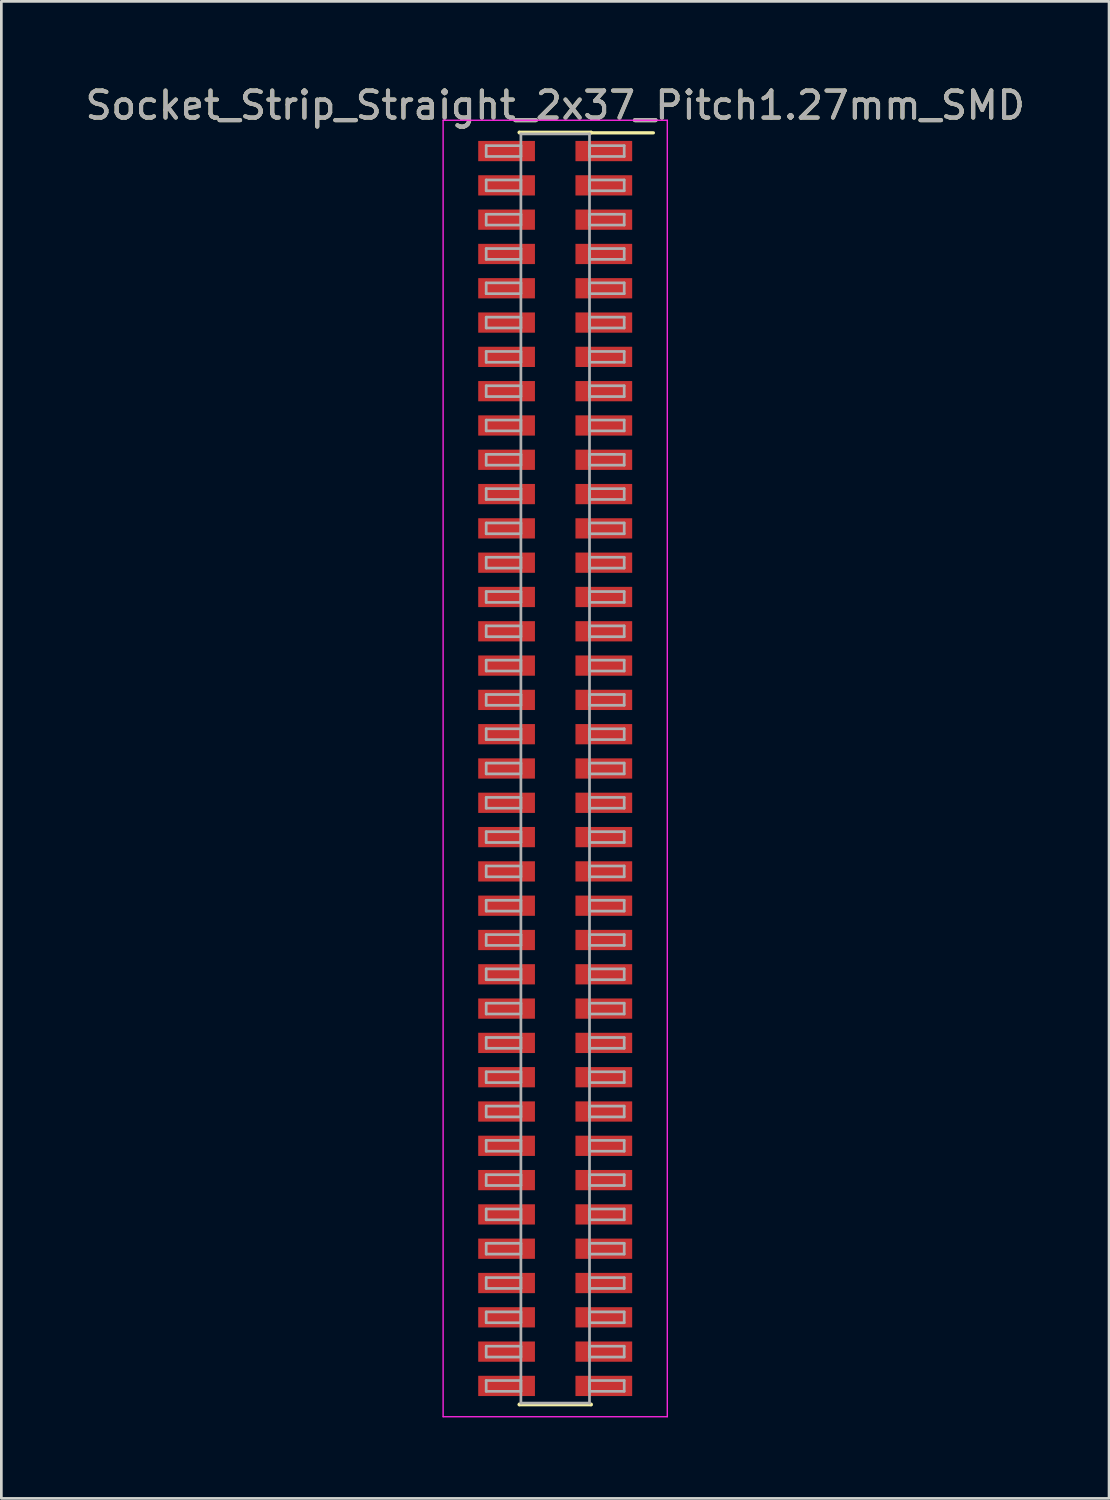
<source format=kicad_pcb>
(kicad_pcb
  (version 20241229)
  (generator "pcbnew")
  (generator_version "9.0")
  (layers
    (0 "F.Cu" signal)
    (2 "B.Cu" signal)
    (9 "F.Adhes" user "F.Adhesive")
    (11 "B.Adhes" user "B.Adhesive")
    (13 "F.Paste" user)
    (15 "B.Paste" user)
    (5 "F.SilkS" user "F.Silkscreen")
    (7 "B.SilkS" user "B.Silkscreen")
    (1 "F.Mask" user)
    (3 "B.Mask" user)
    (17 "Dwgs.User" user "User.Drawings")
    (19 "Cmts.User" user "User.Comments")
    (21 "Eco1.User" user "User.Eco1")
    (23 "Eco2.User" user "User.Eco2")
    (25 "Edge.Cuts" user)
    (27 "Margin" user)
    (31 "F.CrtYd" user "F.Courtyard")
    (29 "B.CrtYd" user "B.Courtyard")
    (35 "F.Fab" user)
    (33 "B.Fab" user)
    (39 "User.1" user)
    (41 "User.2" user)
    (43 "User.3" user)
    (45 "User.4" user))
  (footprint "Socket_Strip_Straight_2x37_Pitch1.27mm_SMD"
    (layer "F.Cu")
    (at 17.506 25.403)
    (property "Reference" "Socket_Strip_Straight_2x37_Pitch1.27mm_SMD" (at 0 -24.555 0) (layer "F.SilkS") (effects (font (size 1 1) (thickness 0.15))))
    (attr smd)
    (fp_line (start -1.33 -23.555) (end 1.33 -23.555) (stroke (width 0.12) (type solid)) (layer "F.SilkS"))
    (fp_line (start -1.33 -23.535) (end -1.33 -23.555) (stroke (width 0.12) (type solid)) (layer "F.SilkS"))
    (fp_line (start -1.33 23.535) (end -1.33 23.555) (stroke (width 0.12) (type solid)) (layer "F.SilkS"))
    (fp_line (start -1.33 23.555) (end 1.33 23.555) (stroke (width 0.12) (type solid)) (layer "F.SilkS"))
    (fp_line (start 1.33 -23.555) (end 1.33 -23.535) (stroke (width 0.12) (type solid)) (layer "F.SilkS"))
    (fp_line (start 1.33 23.555) (end 1.33 23.535) (stroke (width 0.12) (type solid)) (layer "F.SilkS"))
    (fp_line (start 3.635 -23.535) (end 1.33 -23.535) (stroke (width 0.12) (type solid)) (layer "F.SilkS"))
    (fp_line (start -4.15 -24) (end -4.15 24) (stroke (width 0.05) (type solid)) (layer "F.CrtYd"))
    (fp_line (start -4.15 24) (end 4.15 24) (stroke (width 0.05) (type solid)) (layer "F.CrtYd"))
    (fp_line (start 4.15 -24) (end -4.15 -24) (stroke (width 0.05) (type solid)) (layer "F.CrtYd"))
    (fp_line (start 4.15 24) (end 4.15 -24) (stroke (width 0.05) (type solid)) (layer "F.CrtYd"))
    (fp_line (start -2.555 -23.06) (end -1.27 -23.06) (stroke (width 0.1) (type solid)) (layer "F.Fab"))
    (fp_line (start -2.555 -22.66) (end -2.555 -23.06) (stroke (width 0.1) (type solid)) (layer "F.Fab"))
    (fp_line (start -2.555 -21.79) (end -1.27 -21.79) (stroke (width 0.1) (type solid)) (layer "F.Fab"))
    (fp_line (start -2.555 -21.39) (end -2.555 -21.79) (stroke (width 0.1) (type solid)) (layer "F.Fab"))
    (fp_line (start -2.555 -20.52) (end -1.27 -20.52) (stroke (width 0.1) (type solid)) (layer "F.Fab"))
    (fp_line (start -2.555 -20.12) (end -2.555 -20.52) (stroke (width 0.1) (type solid)) (layer "F.Fab"))
    (fp_line (start -2.555 -19.25) (end -1.27 -19.25) (stroke (width 0.1) (type solid)) (layer "F.Fab"))
    (fp_line (start -2.555 -18.85) (end -2.555 -19.25) (stroke (width 0.1) (type solid)) (layer "F.Fab"))
    (fp_line (start -2.555 -17.98) (end -1.27 -17.98) (stroke (width 0.1) (type solid)) (layer "F.Fab"))
    (fp_line (start -2.555 -17.58) (end -2.555 -17.98) (stroke (width 0.1) (type solid)) (layer "F.Fab"))
    (fp_line (start -2.555 -16.71) (end -1.27 -16.71) (stroke (width 0.1) (type solid)) (layer "F.Fab"))
    (fp_line (start -2.555 -16.31) (end -2.555 -16.71) (stroke (width 0.1) (type solid)) (layer "F.Fab"))
    (fp_line (start -2.555 -15.44) (end -1.27 -15.44) (stroke (width 0.1) (type solid)) (layer "F.Fab"))
    (fp_line (start -2.555 -15.04) (end -2.555 -15.44) (stroke (width 0.1) (type solid)) (layer "F.Fab"))
    (fp_line (start -2.555 -14.17) (end -1.27 -14.17) (stroke (width 0.1) (type solid)) (layer "F.Fab"))
    (fp_line (start -2.555 -13.77) (end -2.555 -14.17) (stroke (width 0.1) (type solid)) (layer "F.Fab"))
    (fp_line (start -2.555 -12.9) (end -1.27 -12.9) (stroke (width 0.1) (type solid)) (layer "F.Fab"))
    (fp_line (start -2.555 -12.5) (end -2.555 -12.9) (stroke (width 0.1) (type solid)) (layer "F.Fab"))
    (fp_line (start -2.555 -11.63) (end -1.27 -11.63) (stroke (width 0.1) (type solid)) (layer "F.Fab"))
    (fp_line (start -2.555 -11.23) (end -2.555 -11.63) (stroke (width 0.1) (type solid)) (layer "F.Fab"))
    (fp_line (start -2.555 -10.36) (end -1.27 -10.36) (stroke (width 0.1) (type solid)) (layer "F.Fab"))
    (fp_line (start -2.555 -9.96) (end -2.555 -10.36) (stroke (width 0.1) (type solid)) (layer "F.Fab"))
    (fp_line (start -2.555 -9.09) (end -1.27 -9.09) (stroke (width 0.1) (type solid)) (layer "F.Fab"))
    (fp_line (start -2.555 -8.69) (end -2.555 -9.09) (stroke (width 0.1) (type solid)) (layer "F.Fab"))
    (fp_line (start -2.555 -7.82) (end -1.27 -7.82) (stroke (width 0.1) (type solid)) (layer "F.Fab"))
    (fp_line (start -2.555 -7.42) (end -2.555 -7.82) (stroke (width 0.1) (type solid)) (layer "F.Fab"))
    (fp_line (start -2.555 -6.55) (end -1.27 -6.55) (stroke (width 0.1) (type solid)) (layer "F.Fab"))
    (fp_line (start -2.555 -6.15) (end -2.555 -6.55) (stroke (width 0.1) (type solid)) (layer "F.Fab"))
    (fp_line (start -2.555 -5.28) (end -1.27 -5.28) (stroke (width 0.1) (type solid)) (layer "F.Fab"))
    (fp_line (start -2.555 -4.88) (end -2.555 -5.28) (stroke (width 0.1) (type solid)) (layer "F.Fab"))
    (fp_line (start -2.555 -4.01) (end -1.27 -4.01) (stroke (width 0.1) (type solid)) (layer "F.Fab"))
    (fp_line (start -2.555 -3.61) (end -2.555 -4.01) (stroke (width 0.1) (type solid)) (layer "F.Fab"))
    (fp_line (start -2.555 -2.74) (end -1.27 -2.74) (stroke (width 0.1) (type solid)) (layer "F.Fab"))
    (fp_line (start -2.555 -2.34) (end -2.555 -2.74) (stroke (width 0.1) (type solid)) (layer "F.Fab"))
    (fp_line (start -2.555 -1.47) (end -1.27 -1.47) (stroke (width 0.1) (type solid)) (layer "F.Fab"))
    (fp_line (start -2.555 -1.07) (end -2.555 -1.47) (stroke (width 0.1) (type solid)) (layer "F.Fab"))
    (fp_line (start -2.555 -0.2) (end -1.27 -0.2) (stroke (width 0.1) (type solid)) (layer "F.Fab"))
    (fp_line (start -2.555 0.2) (end -2.555 -0.2) (stroke (width 0.1) (type solid)) (layer "F.Fab"))
    (fp_line (start -2.555 1.07) (end -1.27 1.07) (stroke (width 0.1) (type solid)) (layer "F.Fab"))
    (fp_line (start -2.555 1.47) (end -2.555 1.07) (stroke (width 0.1) (type solid)) (layer "F.Fab"))
    (fp_line (start -2.555 2.34) (end -1.27 2.34) (stroke (width 0.1) (type solid)) (layer "F.Fab"))
    (fp_line (start -2.555 2.74) (end -2.555 2.34) (stroke (width 0.1) (type solid)) (layer "F.Fab"))
    (fp_line (start -2.555 3.61) (end -1.27 3.61) (stroke (width 0.1) (type solid)) (layer "F.Fab"))
    (fp_line (start -2.555 4.01) (end -2.555 3.61) (stroke (width 0.1) (type solid)) (layer "F.Fab"))
    (fp_line (start -2.555 4.88) (end -1.27 4.88) (stroke (width 0.1) (type solid)) (layer "F.Fab"))
    (fp_line (start -2.555 5.28) (end -2.555 4.88) (stroke (width 0.1) (type solid)) (layer "F.Fab"))
    (fp_line (start -2.555 6.15) (end -1.27 6.15) (stroke (width 0.1) (type solid)) (layer "F.Fab"))
    (fp_line (start -2.555 6.55) (end -2.555 6.15) (stroke (width 0.1) (type solid)) (layer "F.Fab"))
    (fp_line (start -2.555 7.42) (end -1.27 7.42) (stroke (width 0.1) (type solid)) (layer "F.Fab"))
    (fp_line (start -2.555 7.82) (end -2.555 7.42) (stroke (width 0.1) (type solid)) (layer "F.Fab"))
    (fp_line (start -2.555 8.69) (end -1.27 8.69) (stroke (width 0.1) (type solid)) (layer "F.Fab"))
    (fp_line (start -2.555 9.09) (end -2.555 8.69) (stroke (width 0.1) (type solid)) (layer "F.Fab"))
    (fp_line (start -2.555 9.96) (end -1.27 9.96) (stroke (width 0.1) (type solid)) (layer "F.Fab"))
    (fp_line (start -2.555 10.36) (end -2.555 9.96) (stroke (width 0.1) (type solid)) (layer "F.Fab"))
    (fp_line (start -2.555 11.23) (end -1.27 11.23) (stroke (width 0.1) (type solid)) (layer "F.Fab"))
    (fp_line (start -2.555 11.63) (end -2.555 11.23) (stroke (width 0.1) (type solid)) (layer "F.Fab"))
    (fp_line (start -2.555 12.5) (end -1.27 12.5) (stroke (width 0.1) (type solid)) (layer "F.Fab"))
    (fp_line (start -2.555 12.9) (end -2.555 12.5) (stroke (width 0.1) (type solid)) (layer "F.Fab"))
    (fp_line (start -2.555 13.77) (end -1.27 13.77) (stroke (width 0.1) (type solid)) (layer "F.Fab"))
    (fp_line (start -2.555 14.17) (end -2.555 13.77) (stroke (width 0.1) (type solid)) (layer "F.Fab"))
    (fp_line (start -2.555 15.04) (end -1.27 15.04) (stroke (width 0.1) (type solid)) (layer "F.Fab"))
    (fp_line (start -2.555 15.44) (end -2.555 15.04) (stroke (width 0.1) (type solid)) (layer "F.Fab"))
    (fp_line (start -2.555 16.31) (end -1.27 16.31) (stroke (width 0.1) (type solid)) (layer "F.Fab"))
    (fp_line (start -2.555 16.71) (end -2.555 16.31) (stroke (width 0.1) (type solid)) (layer "F.Fab"))
    (fp_line (start -2.555 17.58) (end -1.27 17.58) (stroke (width 0.1) (type solid)) (layer "F.Fab"))
    (fp_line (start -2.555 17.98) (end -2.555 17.58) (stroke (width 0.1) (type solid)) (layer "F.Fab"))
    (fp_line (start -2.555 18.85) (end -1.27 18.85) (stroke (width 0.1) (type solid)) (layer "F.Fab"))
    (fp_line (start -2.555 19.25) (end -2.555 18.85) (stroke (width 0.1) (type solid)) (layer "F.Fab"))
    (fp_line (start -2.555 20.12) (end -1.27 20.12) (stroke (width 0.1) (type solid)) (layer "F.Fab"))
    (fp_line (start -2.555 20.52) (end -2.555 20.12) (stroke (width 0.1) (type solid)) (layer "F.Fab"))
    (fp_line (start -2.555 21.39) (end -1.27 21.39) (stroke (width 0.1) (type solid)) (layer "F.Fab"))
    (fp_line (start -2.555 21.79) (end -2.555 21.39) (stroke (width 0.1) (type solid)) (layer "F.Fab"))
    (fp_line (start -2.555 22.66) (end -1.27 22.66) (stroke (width 0.1) (type solid)) (layer "F.Fab"))
    (fp_line (start -2.555 23.06) (end -2.555 22.66) (stroke (width 0.1) (type solid)) (layer "F.Fab"))
    (fp_line (start -1.27 -23.495) (end -1.27 23.495) (stroke (width 0.1) (type solid)) (layer "F.Fab"))
    (fp_line (start -1.27 -23.06) (end -1.27 -22.66) (stroke (width 0.1) (type solid)) (layer "F.Fab"))
    (fp_line (start -1.27 -22.66) (end -2.555 -22.66) (stroke (width 0.1) (type solid)) (layer "F.Fab"))
    (fp_line (start -1.27 -21.79) (end -1.27 -21.39) (stroke (width 0.1) (type solid)) (layer "F.Fab"))
    (fp_line (start -1.27 -21.39) (end -2.555 -21.39) (stroke (width 0.1) (type solid)) (layer "F.Fab"))
    (fp_line (start -1.27 -20.52) (end -1.27 -20.12) (stroke (width 0.1) (type solid)) (layer "F.Fab"))
    (fp_line (start -1.27 -20.12) (end -2.555 -20.12) (stroke (width 0.1) (type solid)) (layer "F.Fab"))
    (fp_line (start -1.27 -19.25) (end -1.27 -18.85) (stroke (width 0.1) (type solid)) (layer "F.Fab"))
    (fp_line (start -1.27 -18.85) (end -2.555 -18.85) (stroke (width 0.1) (type solid)) (layer "F.Fab"))
    (fp_line (start -1.27 -17.98) (end -1.27 -17.58) (stroke (width 0.1) (type solid)) (layer "F.Fab"))
    (fp_line (start -1.27 -17.58) (end -2.555 -17.58) (stroke (width 0.1) (type solid)) (layer "F.Fab"))
    (fp_line (start -1.27 -16.71) (end -1.27 -16.31) (stroke (width 0.1) (type solid)) (layer "F.Fab"))
    (fp_line (start -1.27 -16.31) (end -2.555 -16.31) (stroke (width 0.1) (type solid)) (layer "F.Fab"))
    (fp_line (start -1.27 -15.44) (end -1.27 -15.04) (stroke (width 0.1) (type solid)) (layer "F.Fab"))
    (fp_line (start -1.27 -15.04) (end -2.555 -15.04) (stroke (width 0.1) (type solid)) (layer "F.Fab"))
    (fp_line (start -1.27 -14.17) (end -1.27 -13.77) (stroke (width 0.1) (type solid)) (layer "F.Fab"))
    (fp_line (start -1.27 -13.77) (end -2.555 -13.77) (stroke (width 0.1) (type solid)) (layer "F.Fab"))
    (fp_line (start -1.27 -12.9) (end -1.27 -12.5) (stroke (width 0.1) (type solid)) (layer "F.Fab"))
    (fp_line (start -1.27 -12.5) (end -2.555 -12.5) (stroke (width 0.1) (type solid)) (layer "F.Fab"))
    (fp_line (start -1.27 -11.63) (end -1.27 -11.23) (stroke (width 0.1) (type solid)) (layer "F.Fab"))
    (fp_line (start -1.27 -11.23) (end -2.555 -11.23) (stroke (width 0.1) (type solid)) (layer "F.Fab"))
    (fp_line (start -1.27 -10.36) (end -1.27 -9.96) (stroke (width 0.1) (type solid)) (layer "F.Fab"))
    (fp_line (start -1.27 -9.96) (end -2.555 -9.96) (stroke (width 0.1) (type solid)) (layer "F.Fab"))
    (fp_line (start -1.27 -9.09) (end -1.27 -8.69) (stroke (width 0.1) (type solid)) (layer "F.Fab"))
    (fp_line (start -1.27 -8.69) (end -2.555 -8.69) (stroke (width 0.1) (type solid)) (layer "F.Fab"))
    (fp_line (start -1.27 -7.82) (end -1.27 -7.42) (stroke (width 0.1) (type solid)) (layer "F.Fab"))
    (fp_line (start -1.27 -7.42) (end -2.555 -7.42) (stroke (width 0.1) (type solid)) (layer "F.Fab"))
    (fp_line (start -1.27 -6.55) (end -1.27 -6.15) (stroke (width 0.1) (type solid)) (layer "F.Fab"))
    (fp_line (start -1.27 -6.15) (end -2.555 -6.15) (stroke (width 0.1) (type solid)) (layer "F.Fab"))
    (fp_line (start -1.27 -5.28) (end -1.27 -4.88) (stroke (width 0.1) (type solid)) (layer "F.Fab"))
    (fp_line (start -1.27 -4.88) (end -2.555 -4.88) (stroke (width 0.1) (type solid)) (layer "F.Fab"))
    (fp_line (start -1.27 -4.01) (end -1.27 -3.61) (stroke (width 0.1) (type solid)) (layer "F.Fab"))
    (fp_line (start -1.27 -3.61) (end -2.555 -3.61) (stroke (width 0.1) (type solid)) (layer "F.Fab"))
    (fp_line (start -1.27 -2.74) (end -1.27 -2.34) (stroke (width 0.1) (type solid)) (layer "F.Fab"))
    (fp_line (start -1.27 -2.34) (end -2.555 -2.34) (stroke (width 0.1) (type solid)) (layer "F.Fab"))
    (fp_line (start -1.27 -1.47) (end -1.27 -1.07) (stroke (width 0.1) (type solid)) (layer "F.Fab"))
    (fp_line (start -1.27 -1.07) (end -2.555 -1.07) (stroke (width 0.1) (type solid)) (layer "F.Fab"))
    (fp_line (start -1.27 -0.2) (end -1.27 0.2) (stroke (width 0.1) (type solid)) (layer "F.Fab"))
    (fp_line (start -1.27 0.2) (end -2.555 0.2) (stroke (width 0.1) (type solid)) (layer "F.Fab"))
    (fp_line (start -1.27 1.07) (end -1.27 1.47) (stroke (width 0.1) (type solid)) (layer "F.Fab"))
    (fp_line (start -1.27 1.47) (end -2.555 1.47) (stroke (width 0.1) (type solid)) (layer "F.Fab"))
    (fp_line (start -1.27 2.34) (end -1.27 2.74) (stroke (width 0.1) (type solid)) (layer "F.Fab"))
    (fp_line (start -1.27 2.74) (end -2.555 2.74) (stroke (width 0.1) (type solid)) (layer "F.Fab"))
    (fp_line (start -1.27 3.61) (end -1.27 4.01) (stroke (width 0.1) (type solid)) (layer "F.Fab"))
    (fp_line (start -1.27 4.01) (end -2.555 4.01) (stroke (width 0.1) (type solid)) (layer "F.Fab"))
    (fp_line (start -1.27 4.88) (end -1.27 5.28) (stroke (width 0.1) (type solid)) (layer "F.Fab"))
    (fp_line (start -1.27 5.28) (end -2.555 5.28) (stroke (width 0.1) (type solid)) (layer "F.Fab"))
    (fp_line (start -1.27 6.15) (end -1.27 6.55) (stroke (width 0.1) (type solid)) (layer "F.Fab"))
    (fp_line (start -1.27 6.55) (end -2.555 6.55) (stroke (width 0.1) (type solid)) (layer "F.Fab"))
    (fp_line (start -1.27 7.42) (end -1.27 7.82) (stroke (width 0.1) (type solid)) (layer "F.Fab"))
    (fp_line (start -1.27 7.82) (end -2.555 7.82) (stroke (width 0.1) (type solid)) (layer "F.Fab"))
    (fp_line (start -1.27 8.69) (end -1.27 9.09) (stroke (width 0.1) (type solid)) (layer "F.Fab"))
    (fp_line (start -1.27 9.09) (end -2.555 9.09) (stroke (width 0.1) (type solid)) (layer "F.Fab"))
    (fp_line (start -1.27 9.96) (end -1.27 10.36) (stroke (width 0.1) (type solid)) (layer "F.Fab"))
    (fp_line (start -1.27 10.36) (end -2.555 10.36) (stroke (width 0.1) (type solid)) (layer "F.Fab"))
    (fp_line (start -1.27 11.23) (end -1.27 11.63) (stroke (width 0.1) (type solid)) (layer "F.Fab"))
    (fp_line (start -1.27 11.63) (end -2.555 11.63) (stroke (width 0.1) (type solid)) (layer "F.Fab"))
    (fp_line (start -1.27 12.5) (end -1.27 12.9) (stroke (width 0.1) (type solid)) (layer "F.Fab"))
    (fp_line (start -1.27 12.9) (end -2.555 12.9) (stroke (width 0.1) (type solid)) (layer "F.Fab"))
    (fp_line (start -1.27 13.77) (end -1.27 14.17) (stroke (width 0.1) (type solid)) (layer "F.Fab"))
    (fp_line (start -1.27 14.17) (end -2.555 14.17) (stroke (width 0.1) (type solid)) (layer "F.Fab"))
    (fp_line (start -1.27 15.04) (end -1.27 15.44) (stroke (width 0.1) (type solid)) (layer "F.Fab"))
    (fp_line (start -1.27 15.44) (end -2.555 15.44) (stroke (width 0.1) (type solid)) (layer "F.Fab"))
    (fp_line (start -1.27 16.31) (end -1.27 16.71) (stroke (width 0.1) (type solid)) (layer "F.Fab"))
    (fp_line (start -1.27 16.71) (end -2.555 16.71) (stroke (width 0.1) (type solid)) (layer "F.Fab"))
    (fp_line (start -1.27 17.58) (end -1.27 17.98) (stroke (width 0.1) (type solid)) (layer "F.Fab"))
    (fp_line (start -1.27 17.98) (end -2.555 17.98) (stroke (width 0.1) (type solid)) (layer "F.Fab"))
    (fp_line (start -1.27 18.85) (end -1.27 19.25) (stroke (width 0.1) (type solid)) (layer "F.Fab"))
    (fp_line (start -1.27 19.25) (end -2.555 19.25) (stroke (width 0.1) (type solid)) (layer "F.Fab"))
    (fp_line (start -1.27 20.12) (end -1.27 20.52) (stroke (width 0.1) (type solid)) (layer "F.Fab"))
    (fp_line (start -1.27 20.52) (end -2.555 20.52) (stroke (width 0.1) (type solid)) (layer "F.Fab"))
    (fp_line (start -1.27 21.39) (end -1.27 21.79) (stroke (width 0.1) (type solid)) (layer "F.Fab"))
    (fp_line (start -1.27 21.79) (end -2.555 21.79) (stroke (width 0.1) (type solid)) (layer "F.Fab"))
    (fp_line (start -1.27 22.66) (end -1.27 23.06) (stroke (width 0.1) (type solid)) (layer "F.Fab"))
    (fp_line (start -1.27 23.06) (end -2.555 23.06) (stroke (width 0.1) (type solid)) (layer "F.Fab"))
    (fp_line (start -1.27 23.495) (end 1.27 23.495) (stroke (width 0.1) (type solid)) (layer "F.Fab"))
    (fp_line (start 1.27 -23.495) (end -1.27 -23.495) (stroke (width 0.1) (type solid)) (layer "F.Fab"))
    (fp_line (start 1.27 -23.06) (end 1.27 -22.66) (stroke (width 0.1) (type solid)) (layer "F.Fab"))
    (fp_line (start 1.27 -22.66) (end 2.555 -22.66) (stroke (width 0.1) (type solid)) (layer "F.Fab"))
    (fp_line (start 1.27 -21.79) (end 1.27 -21.39) (stroke (width 0.1) (type solid)) (layer "F.Fab"))
    (fp_line (start 1.27 -21.39) (end 2.555 -21.39) (stroke (width 0.1) (type solid)) (layer "F.Fab"))
    (fp_line (start 1.27 -20.52) (end 1.27 -20.12) (stroke (width 0.1) (type solid)) (layer "F.Fab"))
    (fp_line (start 1.27 -20.12) (end 2.555 -20.12) (stroke (width 0.1) (type solid)) (layer "F.Fab"))
    (fp_line (start 1.27 -19.25) (end 1.27 -18.85) (stroke (width 0.1) (type solid)) (layer "F.Fab"))
    (fp_line (start 1.27 -18.85) (end 2.555 -18.85) (stroke (width 0.1) (type solid)) (layer "F.Fab"))
    (fp_line (start 1.27 -17.98) (end 1.27 -17.58) (stroke (width 0.1) (type solid)) (layer "F.Fab"))
    (fp_line (start 1.27 -17.58) (end 2.555 -17.58) (stroke (width 0.1) (type solid)) (layer "F.Fab"))
    (fp_line (start 1.27 -16.71) (end 1.27 -16.31) (stroke (width 0.1) (type solid)) (layer "F.Fab"))
    (fp_line (start 1.27 -16.31) (end 2.555 -16.31) (stroke (width 0.1) (type solid)) (layer "F.Fab"))
    (fp_line (start 1.27 -15.44) (end 1.27 -15.04) (stroke (width 0.1) (type solid)) (layer "F.Fab"))
    (fp_line (start 1.27 -15.04) (end 2.555 -15.04) (stroke (width 0.1) (type solid)) (layer "F.Fab"))
    (fp_line (start 1.27 -14.17) (end 1.27 -13.77) (stroke (width 0.1) (type solid)) (layer "F.Fab"))
    (fp_line (start 1.27 -13.77) (end 2.555 -13.77) (stroke (width 0.1) (type solid)) (layer "F.Fab"))
    (fp_line (start 1.27 -12.9) (end 1.27 -12.5) (stroke (width 0.1) (type solid)) (layer "F.Fab"))
    (fp_line (start 1.27 -12.5) (end 2.555 -12.5) (stroke (width 0.1) (type solid)) (layer "F.Fab"))
    (fp_line (start 1.27 -11.63) (end 1.27 -11.23) (stroke (width 0.1) (type solid)) (layer "F.Fab"))
    (fp_line (start 1.27 -11.23) (end 2.555 -11.23) (stroke (width 0.1) (type solid)) (layer "F.Fab"))
    (fp_line (start 1.27 -10.36) (end 1.27 -9.96) (stroke (width 0.1) (type solid)) (layer "F.Fab"))
    (fp_line (start 1.27 -9.96) (end 2.555 -9.96) (stroke (width 0.1) (type solid)) (layer "F.Fab"))
    (fp_line (start 1.27 -9.09) (end 1.27 -8.69) (stroke (width 0.1) (type solid)) (layer "F.Fab"))
    (fp_line (start 1.27 -8.69) (end 2.555 -8.69) (stroke (width 0.1) (type solid)) (layer "F.Fab"))
    (fp_line (start 1.27 -7.82) (end 1.27 -7.42) (stroke (width 0.1) (type solid)) (layer "F.Fab"))
    (fp_line (start 1.27 -7.42) (end 2.555 -7.42) (stroke (width 0.1) (type solid)) (layer "F.Fab"))
    (fp_line (start 1.27 -6.55) (end 1.27 -6.15) (stroke (width 0.1) (type solid)) (layer "F.Fab"))
    (fp_line (start 1.27 -6.15) (end 2.555 -6.15) (stroke (width 0.1) (type solid)) (layer "F.Fab"))
    (fp_line (start 1.27 -5.28) (end 1.27 -4.88) (stroke (width 0.1) (type solid)) (layer "F.Fab"))
    (fp_line (start 1.27 -4.88) (end 2.555 -4.88) (stroke (width 0.1) (type solid)) (layer "F.Fab"))
    (fp_line (start 1.27 -4.01) (end 1.27 -3.61) (stroke (width 0.1) (type solid)) (layer "F.Fab"))
    (fp_line (start 1.27 -3.61) (end 2.555 -3.61) (stroke (width 0.1) (type solid)) (layer "F.Fab"))
    (fp_line (start 1.27 -2.74) (end 1.27 -2.34) (stroke (width 0.1) (type solid)) (layer "F.Fab"))
    (fp_line (start 1.27 -2.34) (end 2.555 -2.34) (stroke (width 0.1) (type solid)) (layer "F.Fab"))
    (fp_line (start 1.27 -1.47) (end 1.27 -1.07) (stroke (width 0.1) (type solid)) (layer "F.Fab"))
    (fp_line (start 1.27 -1.07) (end 2.555 -1.07) (stroke (width 0.1) (type solid)) (layer "F.Fab"))
    (fp_line (start 1.27 -0.2) (end 1.27 0.2) (stroke (width 0.1) (type solid)) (layer "F.Fab"))
    (fp_line (start 1.27 0.2) (end 2.555 0.2) (stroke (width 0.1) (type solid)) (layer "F.Fab"))
    (fp_line (start 1.27 1.07) (end 1.27 1.47) (stroke (width 0.1) (type solid)) (layer "F.Fab"))
    (fp_line (start 1.27 1.47) (end 2.555 1.47) (stroke (width 0.1) (type solid)) (layer "F.Fab"))
    (fp_line (start 1.27 2.34) (end 1.27 2.74) (stroke (width 0.1) (type solid)) (layer "F.Fab"))
    (fp_line (start 1.27 2.74) (end 2.555 2.74) (stroke (width 0.1) (type solid)) (layer "F.Fab"))
    (fp_line (start 1.27 3.61) (end 1.27 4.01) (stroke (width 0.1) (type solid)) (layer "F.Fab"))
    (fp_line (start 1.27 4.01) (end 2.555 4.01) (stroke (width 0.1) (type solid)) (layer "F.Fab"))
    (fp_line (start 1.27 4.88) (end 1.27 5.28) (stroke (width 0.1) (type solid)) (layer "F.Fab"))
    (fp_line (start 1.27 5.28) (end 2.555 5.28) (stroke (width 0.1) (type solid)) (layer "F.Fab"))
    (fp_line (start 1.27 6.15) (end 1.27 6.55) (stroke (width 0.1) (type solid)) (layer "F.Fab"))
    (fp_line (start 1.27 6.55) (end 2.555 6.55) (stroke (width 0.1) (type solid)) (layer "F.Fab"))
    (fp_line (start 1.27 7.42) (end 1.27 7.82) (stroke (width 0.1) (type solid)) (layer "F.Fab"))
    (fp_line (start 1.27 7.82) (end 2.555 7.82) (stroke (width 0.1) (type solid)) (layer "F.Fab"))
    (fp_line (start 1.27 8.69) (end 1.27 9.09) (stroke (width 0.1) (type solid)) (layer "F.Fab"))
    (fp_line (start 1.27 9.09) (end 2.555 9.09) (stroke (width 0.1) (type solid)) (layer "F.Fab"))
    (fp_line (start 1.27 9.96) (end 1.27 10.36) (stroke (width 0.1) (type solid)) (layer "F.Fab"))
    (fp_line (start 1.27 10.36) (end 2.555 10.36) (stroke (width 0.1) (type solid)) (layer "F.Fab"))
    (fp_line (start 1.27 11.23) (end 1.27 11.63) (stroke (width 0.1) (type solid)) (layer "F.Fab"))
    (fp_line (start 1.27 11.63) (end 2.555 11.63) (stroke (width 0.1) (type solid)) (layer "F.Fab"))
    (fp_line (start 1.27 12.5) (end 1.27 12.9) (stroke (width 0.1) (type solid)) (layer "F.Fab"))
    (fp_line (start 1.27 12.9) (end 2.555 12.9) (stroke (width 0.1) (type solid)) (layer "F.Fab"))
    (fp_line (start 1.27 13.77) (end 1.27 14.17) (stroke (width 0.1) (type solid)) (layer "F.Fab"))
    (fp_line (start 1.27 14.17) (end 2.555 14.17) (stroke (width 0.1) (type solid)) (layer "F.Fab"))
    (fp_line (start 1.27 15.04) (end 1.27 15.44) (stroke (width 0.1) (type solid)) (layer "F.Fab"))
    (fp_line (start 1.27 15.44) (end 2.555 15.44) (stroke (width 0.1) (type solid)) (layer "F.Fab"))
    (fp_line (start 1.27 16.31) (end 1.27 16.71) (stroke (width 0.1) (type solid)) (layer "F.Fab"))
    (fp_line (start 1.27 16.71) (end 2.555 16.71) (stroke (width 0.1) (type solid)) (layer "F.Fab"))
    (fp_line (start 1.27 17.58) (end 1.27 17.98) (stroke (width 0.1) (type solid)) (layer "F.Fab"))
    (fp_line (start 1.27 17.98) (end 2.555 17.98) (stroke (width 0.1) (type solid)) (layer "F.Fab"))
    (fp_line (start 1.27 18.85) (end 1.27 19.25) (stroke (width 0.1) (type solid)) (layer "F.Fab"))
    (fp_line (start 1.27 19.25) (end 2.555 19.25) (stroke (width 0.1) (type solid)) (layer "F.Fab"))
    (fp_line (start 1.27 20.12) (end 1.27 20.52) (stroke (width 0.1) (type solid)) (layer "F.Fab"))
    (fp_line (start 1.27 20.52) (end 2.555 20.52) (stroke (width 0.1) (type solid)) (layer "F.Fab"))
    (fp_line (start 1.27 21.39) (end 1.27 21.79) (stroke (width 0.1) (type solid)) (layer "F.Fab"))
    (fp_line (start 1.27 21.79) (end 2.555 21.79) (stroke (width 0.1) (type solid)) (layer "F.Fab"))
    (fp_line (start 1.27 22.66) (end 1.27 23.06) (stroke (width 0.1) (type solid)) (layer "F.Fab"))
    (fp_line (start 1.27 23.06) (end 2.555 23.06) (stroke (width 0.1) (type solid)) (layer "F.Fab"))
    (fp_line (start 1.27 23.495) (end 1.27 -23.495) (stroke (width 0.1) (type solid)) (layer "F.Fab"))
    (fp_line (start 2.555 -23.06) (end 1.27 -23.06) (stroke (width 0.1) (type solid)) (layer "F.Fab"))
    (fp_line (start 2.555 -22.66) (end 2.555 -23.06) (stroke (width 0.1) (type solid)) (layer "F.Fab"))
    (fp_line (start 2.555 -21.79) (end 1.27 -21.79) (stroke (width 0.1) (type solid)) (layer "F.Fab"))
    (fp_line (start 2.555 -21.39) (end 2.555 -21.79) (stroke (width 0.1) (type solid)) (layer "F.Fab"))
    (fp_line (start 2.555 -20.52) (end 1.27 -20.52) (stroke (width 0.1) (type solid)) (layer "F.Fab"))
    (fp_line (start 2.555 -20.12) (end 2.555 -20.52) (stroke (width 0.1) (type solid)) (layer "F.Fab"))
    (fp_line (start 2.555 -19.25) (end 1.27 -19.25) (stroke (width 0.1) (type solid)) (layer "F.Fab"))
    (fp_line (start 2.555 -18.85) (end 2.555 -19.25) (stroke (width 0.1) (type solid)) (layer "F.Fab"))
    (fp_line (start 2.555 -17.98) (end 1.27 -17.98) (stroke (width 0.1) (type solid)) (layer "F.Fab"))
    (fp_line (start 2.555 -17.58) (end 2.555 -17.98) (stroke (width 0.1) (type solid)) (layer "F.Fab"))
    (fp_line (start 2.555 -16.71) (end 1.27 -16.71) (stroke (width 0.1) (type solid)) (layer "F.Fab"))
    (fp_line (start 2.555 -16.31) (end 2.555 -16.71) (stroke (width 0.1) (type solid)) (layer "F.Fab"))
    (fp_line (start 2.555 -15.44) (end 1.27 -15.44) (stroke (width 0.1) (type solid)) (layer "F.Fab"))
    (fp_line (start 2.555 -15.04) (end 2.555 -15.44) (stroke (width 0.1) (type solid)) (layer "F.Fab"))
    (fp_line (start 2.555 -14.17) (end 1.27 -14.17) (stroke (width 0.1) (type solid)) (layer "F.Fab"))
    (fp_line (start 2.555 -13.77) (end 2.555 -14.17) (stroke (width 0.1) (type solid)) (layer "F.Fab"))
    (fp_line (start 2.555 -12.9) (end 1.27 -12.9) (stroke (width 0.1) (type solid)) (layer "F.Fab"))
    (fp_line (start 2.555 -12.5) (end 2.555 -12.9) (stroke (width 0.1) (type solid)) (layer "F.Fab"))
    (fp_line (start 2.555 -11.63) (end 1.27 -11.63) (stroke (width 0.1) (type solid)) (layer "F.Fab"))
    (fp_line (start 2.555 -11.23) (end 2.555 -11.63) (stroke (width 0.1) (type solid)) (layer "F.Fab"))
    (fp_line (start 2.555 -10.36) (end 1.27 -10.36) (stroke (width 0.1) (type solid)) (layer "F.Fab"))
    (fp_line (start 2.555 -9.96) (end 2.555 -10.36) (stroke (width 0.1) (type solid)) (layer "F.Fab"))
    (fp_line (start 2.555 -9.09) (end 1.27 -9.09) (stroke (width 0.1) (type solid)) (layer "F.Fab"))
    (fp_line (start 2.555 -8.69) (end 2.555 -9.09) (stroke (width 0.1) (type solid)) (layer "F.Fab"))
    (fp_line (start 2.555 -7.82) (end 1.27 -7.82) (stroke (width 0.1) (type solid)) (layer "F.Fab"))
    (fp_line (start 2.555 -7.42) (end 2.555 -7.82) (stroke (width 0.1) (type solid)) (layer "F.Fab"))
    (fp_line (start 2.555 -6.55) (end 1.27 -6.55) (stroke (width 0.1) (type solid)) (layer "F.Fab"))
    (fp_line (start 2.555 -6.15) (end 2.555 -6.55) (stroke (width 0.1) (type solid)) (layer "F.Fab"))
    (fp_line (start 2.555 -5.28) (end 1.27 -5.28) (stroke (width 0.1) (type solid)) (layer "F.Fab"))
    (fp_line (start 2.555 -4.88) (end 2.555 -5.28) (stroke (width 0.1) (type solid)) (layer "F.Fab"))
    (fp_line (start 2.555 -4.01) (end 1.27 -4.01) (stroke (width 0.1) (type solid)) (layer "F.Fab"))
    (fp_line (start 2.555 -3.61) (end 2.555 -4.01) (stroke (width 0.1) (type solid)) (layer "F.Fab"))
    (fp_line (start 2.555 -2.74) (end 1.27 -2.74) (stroke (width 0.1) (type solid)) (layer "F.Fab"))
    (fp_line (start 2.555 -2.34) (end 2.555 -2.74) (stroke (width 0.1) (type solid)) (layer "F.Fab"))
    (fp_line (start 2.555 -1.47) (end 1.27 -1.47) (stroke (width 0.1) (type solid)) (layer "F.Fab"))
    (fp_line (start 2.555 -1.07) (end 2.555 -1.47) (stroke (width 0.1) (type solid)) (layer "F.Fab"))
    (fp_line (start 2.555 -0.2) (end 1.27 -0.2) (stroke (width 0.1) (type solid)) (layer "F.Fab"))
    (fp_line (start 2.555 0.2) (end 2.555 -0.2) (stroke (width 0.1) (type solid)) (layer "F.Fab"))
    (fp_line (start 2.555 1.07) (end 1.27 1.07) (stroke (width 0.1) (type solid)) (layer "F.Fab"))
    (fp_line (start 2.555 1.47) (end 2.555 1.07) (stroke (width 0.1) (type solid)) (layer "F.Fab"))
    (fp_line (start 2.555 2.34) (end 1.27 2.34) (stroke (width 0.1) (type solid)) (layer "F.Fab"))
    (fp_line (start 2.555 2.74) (end 2.555 2.34) (stroke (width 0.1) (type solid)) (layer "F.Fab"))
    (fp_line (start 2.555 3.61) (end 1.27 3.61) (stroke (width 0.1) (type solid)) (layer "F.Fab"))
    (fp_line (start 2.555 4.01) (end 2.555 3.61) (stroke (width 0.1) (type solid)) (layer "F.Fab"))
    (fp_line (start 2.555 4.88) (end 1.27 4.88) (stroke (width 0.1) (type solid)) (layer "F.Fab"))
    (fp_line (start 2.555 5.28) (end 2.555 4.88) (stroke (width 0.1) (type solid)) (layer "F.Fab"))
    (fp_line (start 2.555 6.15) (end 1.27 6.15) (stroke (width 0.1) (type solid)) (layer "F.Fab"))
    (fp_line (start 2.555 6.55) (end 2.555 6.15) (stroke (width 0.1) (type solid)) (layer "F.Fab"))
    (fp_line (start 2.555 7.42) (end 1.27 7.42) (stroke (width 0.1) (type solid)) (layer "F.Fab"))
    (fp_line (start 2.555 7.82) (end 2.555 7.42) (stroke (width 0.1) (type solid)) (layer "F.Fab"))
    (fp_line (start 2.555 8.69) (end 1.27 8.69) (stroke (width 0.1) (type solid)) (layer "F.Fab"))
    (fp_line (start 2.555 9.09) (end 2.555 8.69) (stroke (width 0.1) (type solid)) (layer "F.Fab"))
    (fp_line (start 2.555 9.96) (end 1.27 9.96) (stroke (width 0.1) (type solid)) (layer "F.Fab"))
    (fp_line (start 2.555 10.36) (end 2.555 9.96) (stroke (width 0.1) (type solid)) (layer "F.Fab"))
    (fp_line (start 2.555 11.23) (end 1.27 11.23) (stroke (width 0.1) (type solid)) (layer "F.Fab"))
    (fp_line (start 2.555 11.63) (end 2.555 11.23) (stroke (width 0.1) (type solid)) (layer "F.Fab"))
    (fp_line (start 2.555 12.5) (end 1.27 12.5) (stroke (width 0.1) (type solid)) (layer "F.Fab"))
    (fp_line (start 2.555 12.9) (end 2.555 12.5) (stroke (width 0.1) (type solid)) (layer "F.Fab"))
    (fp_line (start 2.555 13.77) (end 1.27 13.77) (stroke (width 0.1) (type solid)) (layer "F.Fab"))
    (fp_line (start 2.555 14.17) (end 2.555 13.77) (stroke (width 0.1) (type solid)) (layer "F.Fab"))
    (fp_line (start 2.555 15.04) (end 1.27 15.04) (stroke (width 0.1) (type solid)) (layer "F.Fab"))
    (fp_line (start 2.555 15.44) (end 2.555 15.04) (stroke (width 0.1) (type solid)) (layer "F.Fab"))
    (fp_line (start 2.555 16.31) (end 1.27 16.31) (stroke (width 0.1) (type solid)) (layer "F.Fab"))
    (fp_line (start 2.555 16.71) (end 2.555 16.31) (stroke (width 0.1) (type solid)) (layer "F.Fab"))
    (fp_line (start 2.555 17.58) (end 1.27 17.58) (stroke (width 0.1) (type solid)) (layer "F.Fab"))
    (fp_line (start 2.555 17.98) (end 2.555 17.58) (stroke (width 0.1) (type solid)) (layer "F.Fab"))
    (fp_line (start 2.555 18.85) (end 1.27 18.85) (stroke (width 0.1) (type solid)) (layer "F.Fab"))
    (fp_line (start 2.555 19.25) (end 2.555 18.85) (stroke (width 0.1) (type solid)) (layer "F.Fab"))
    (fp_line (start 2.555 20.12) (end 1.27 20.12) (stroke (width 0.1) (type solid)) (layer "F.Fab"))
    (fp_line (start 2.555 20.52) (end 2.555 20.12) (stroke (width 0.1) (type solid)) (layer "F.Fab"))
    (fp_line (start 2.555 21.39) (end 1.27 21.39) (stroke (width 0.1) (type solid)) (layer "F.Fab"))
    (fp_line (start 2.555 21.79) (end 2.555 21.39) (stroke (width 0.1) (type solid)) (layer "F.Fab"))
    (fp_line (start 2.555 22.66) (end 1.27 22.66) (stroke (width 0.1) (type solid)) (layer "F.Fab"))
    (fp_line (start 2.555 23.06) (end 2.555 22.66) (stroke (width 0.1) (type solid)) (layer "F.Fab"))
    (fp_text user "${REFERENCE}" (at 0 -24.555 0) (layer "F.Fab") (effects (font (size 1 1) (thickness 0.15))))
    (pad "1" smd rect (at 1.8 -22.86) (size 2.1 0.75) (layers "F.Cu" "F.Mask" "F.Paste"))
    (pad "2" smd rect (at -1.8 -22.86) (size 2.1 0.75) (layers "F.Cu" "F.Mask" "F.Paste"))
    (pad "3" smd rect (at 1.8 -21.59) (size 2.1 0.75) (layers "F.Cu" "F.Mask" "F.Paste"))
    (pad "4" smd rect (at -1.8 -21.59) (size 2.1 0.75) (layers "F.Cu" "F.Mask" "F.Paste"))
    (pad "5" smd rect (at 1.8 -20.32) (size 2.1 0.75) (layers "F.Cu" "F.Mask" "F.Paste"))
    (pad "6" smd rect (at -1.8 -20.32) (size 2.1 0.75) (layers "F.Cu" "F.Mask" "F.Paste"))
    (pad "7" smd rect (at 1.8 -19.05) (size 2.1 0.75) (layers "F.Cu" "F.Mask" "F.Paste"))
    (pad "8" smd rect (at -1.8 -19.05) (size 2.1 0.75) (layers "F.Cu" "F.Mask" "F.Paste"))
    (pad "9" smd rect (at 1.8 -17.78) (size 2.1 0.75) (layers "F.Cu" "F.Mask" "F.Paste"))
    (pad "10" smd rect (at -1.8 -17.78) (size 2.1 0.75) (layers "F.Cu" "F.Mask" "F.Paste"))
    (pad "11" smd rect (at 1.8 -16.51) (size 2.1 0.75) (layers "F.Cu" "F.Mask" "F.Paste"))
    (pad "12" smd rect (at -1.8 -16.51) (size 2.1 0.75) (layers "F.Cu" "F.Mask" "F.Paste"))
    (pad "13" smd rect (at 1.8 -15.24) (size 2.1 0.75) (layers "F.Cu" "F.Mask" "F.Paste"))
    (pad "14" smd rect (at -1.8 -15.24) (size 2.1 0.75) (layers "F.Cu" "F.Mask" "F.Paste"))
    (pad "15" smd rect (at 1.8 -13.97) (size 2.1 0.75) (layers "F.Cu" "F.Mask" "F.Paste"))
    (pad "16" smd rect (at -1.8 -13.97) (size 2.1 0.75) (layers "F.Cu" "F.Mask" "F.Paste"))
    (pad "17" smd rect (at 1.8 -12.7) (size 2.1 0.75) (layers "F.Cu" "F.Mask" "F.Paste"))
    (pad "18" smd rect (at -1.8 -12.7) (size 2.1 0.75) (layers "F.Cu" "F.Mask" "F.Paste"))
    (pad "19" smd rect (at 1.8 -11.43) (size 2.1 0.75) (layers "F.Cu" "F.Mask" "F.Paste"))
    (pad "20" smd rect (at -1.8 -11.43) (size 2.1 0.75) (layers "F.Cu" "F.Mask" "F.Paste"))
    (pad "21" smd rect (at 1.8 -10.16) (size 2.1 0.75) (layers "F.Cu" "F.Mask" "F.Paste"))
    (pad "22" smd rect (at -1.8 -10.16) (size 2.1 0.75) (layers "F.Cu" "F.Mask" "F.Paste"))
    (pad "23" smd rect (at 1.8 -8.89) (size 2.1 0.75) (layers "F.Cu" "F.Mask" "F.Paste"))
    (pad "24" smd rect (at -1.8 -8.89) (size 2.1 0.75) (layers "F.Cu" "F.Mask" "F.Paste"))
    (pad "25" smd rect (at 1.8 -7.62) (size 2.1 0.75) (layers "F.Cu" "F.Mask" "F.Paste"))
    (pad "26" smd rect (at -1.8 -7.62) (size 2.1 0.75) (layers "F.Cu" "F.Mask" "F.Paste"))
    (pad "27" smd rect (at 1.8 -6.35) (size 2.1 0.75) (layers "F.Cu" "F.Mask" "F.Paste"))
    (pad "28" smd rect (at -1.8 -6.35) (size 2.1 0.75) (layers "F.Cu" "F.Mask" "F.Paste"))
    (pad "29" smd rect (at 1.8 -5.08) (size 2.1 0.75) (layers "F.Cu" "F.Mask" "F.Paste"))
    (pad "30" smd rect (at -1.8 -5.08) (size 2.1 0.75) (layers "F.Cu" "F.Mask" "F.Paste"))
    (pad "31" smd rect (at 1.8 -3.81) (size 2.1 0.75) (layers "F.Cu" "F.Mask" "F.Paste"))
    (pad "32" smd rect (at -1.8 -3.81) (size 2.1 0.75) (layers "F.Cu" "F.Mask" "F.Paste"))
    (pad "33" smd rect (at 1.8 -2.54) (size 2.1 0.75) (layers "F.Cu" "F.Mask" "F.Paste"))
    (pad "34" smd rect (at -1.8 -2.54) (size 2.1 0.75) (layers "F.Cu" "F.Mask" "F.Paste"))
    (pad "35" smd rect (at 1.8 -1.27) (size 2.1 0.75) (layers "F.Cu" "F.Mask" "F.Paste"))
    (pad "36" smd rect (at -1.8 -1.27) (size 2.1 0.75) (layers "F.Cu" "F.Mask" "F.Paste"))
    (pad "37" smd rect (at 1.8 0) (size 2.1 0.75) (layers "F.Cu" "F.Mask" "F.Paste"))
    (pad "38" smd rect (at -1.8 0) (size 2.1 0.75) (layers "F.Cu" "F.Mask" "F.Paste"))
    (pad "39" smd rect (at 1.8 1.27) (size 2.1 0.75) (layers "F.Cu" "F.Mask" "F.Paste"))
    (pad "40" smd rect (at -1.8 1.27) (size 2.1 0.75) (layers "F.Cu" "F.Mask" "F.Paste"))
    (pad "41" smd rect (at 1.8 2.54) (size 2.1 0.75) (layers "F.Cu" "F.Mask" "F.Paste"))
    (pad "42" smd rect (at -1.8 2.54) (size 2.1 0.75) (layers "F.Cu" "F.Mask" "F.Paste"))
    (pad "43" smd rect (at 1.8 3.81) (size 2.1 0.75) (layers "F.Cu" "F.Mask" "F.Paste"))
    (pad "44" smd rect (at -1.8 3.81) (size 2.1 0.75) (layers "F.Cu" "F.Mask" "F.Paste"))
    (pad "45" smd rect (at 1.8 5.08) (size 2.1 0.75) (layers "F.Cu" "F.Mask" "F.Paste"))
    (pad "46" smd rect (at -1.8 5.08) (size 2.1 0.75) (layers "F.Cu" "F.Mask" "F.Paste"))
    (pad "47" smd rect (at 1.8 6.35) (size 2.1 0.75) (layers "F.Cu" "F.Mask" "F.Paste"))
    (pad "48" smd rect (at -1.8 6.35) (size 2.1 0.75) (layers "F.Cu" "F.Mask" "F.Paste"))
    (pad "49" smd rect (at 1.8 7.62) (size 2.1 0.75) (layers "F.Cu" "F.Mask" "F.Paste"))
    (pad "50" smd rect (at -1.8 7.62) (size 2.1 0.75) (layers "F.Cu" "F.Mask" "F.Paste"))
    (pad "51" smd rect (at 1.8 8.89) (size 2.1 0.75) (layers "F.Cu" "F.Mask" "F.Paste"))
    (pad "52" smd rect (at -1.8 8.89) (size 2.1 0.75) (layers "F.Cu" "F.Mask" "F.Paste"))
    (pad "53" smd rect (at 1.8 10.16) (size 2.1 0.75) (layers "F.Cu" "F.Mask" "F.Paste"))
    (pad "54" smd rect (at -1.8 10.16) (size 2.1 0.75) (layers "F.Cu" "F.Mask" "F.Paste"))
    (pad "55" smd rect (at 1.8 11.43) (size 2.1 0.75) (layers "F.Cu" "F.Mask" "F.Paste"))
    (pad "56" smd rect (at -1.8 11.43) (size 2.1 0.75) (layers "F.Cu" "F.Mask" "F.Paste"))
    (pad "57" smd rect (at 1.8 12.7) (size 2.1 0.75) (layers "F.Cu" "F.Mask" "F.Paste"))
    (pad "58" smd rect (at -1.8 12.7) (size 2.1 0.75) (layers "F.Cu" "F.Mask" "F.Paste"))
    (pad "59" smd rect (at 1.8 13.97) (size 2.1 0.75) (layers "F.Cu" "F.Mask" "F.Paste"))
    (pad "60" smd rect (at -1.8 13.97) (size 2.1 0.75) (layers "F.Cu" "F.Mask" "F.Paste"))
    (pad "61" smd rect (at 1.8 15.24) (size 2.1 0.75) (layers "F.Cu" "F.Mask" "F.Paste"))
    (pad "62" smd rect (at -1.8 15.24) (size 2.1 0.75) (layers "F.Cu" "F.Mask" "F.Paste"))
    (pad "63" smd rect (at 1.8 16.51) (size 2.1 0.75) (layers "F.Cu" "F.Mask" "F.Paste"))
    (pad "64" smd rect (at -1.8 16.51) (size 2.1 0.75) (layers "F.Cu" "F.Mask" "F.Paste"))
    (pad "65" smd rect (at 1.8 17.78) (size 2.1 0.75) (layers "F.Cu" "F.Mask" "F.Paste"))
    (pad "66" smd rect (at -1.8 17.78) (size 2.1 0.75) (layers "F.Cu" "F.Mask" "F.Paste"))
    (pad "67" smd rect (at 1.8 19.05) (size 2.1 0.75) (layers "F.Cu" "F.Mask" "F.Paste"))
    (pad "68" smd rect (at -1.8 19.05) (size 2.1 0.75) (layers "F.Cu" "F.Mask" "F.Paste"))
    (pad "69" smd rect (at 1.8 20.32) (size 2.1 0.75) (layers "F.Cu" "F.Mask" "F.Paste"))
    (pad "70" smd rect (at -1.8 20.32) (size 2.1 0.75) (layers "F.Cu" "F.Mask" "F.Paste"))
    (pad "71" smd rect (at 1.8 21.59) (size 2.1 0.75) (layers "F.Cu" "F.Mask" "F.Paste"))
    (pad "72" smd rect (at -1.8 21.59) (size 2.1 0.75) (layers "F.Cu" "F.Mask" "F.Paste"))
    (pad "73" smd rect (at 1.8 22.86) (size 2.1 0.75) (layers "F.Cu" "F.Mask" "F.Paste"))
    (pad "74" smd rect (at -1.8 22.86) (size 2.1 0.75) (layers "F.Cu" "F.Mask" "F.Paste")))
  (gr_rect
    (start -3 -3)
    (end 38.012 52.428)
    (stroke (width 0.1) (type default))
    (fill no)
    (layer "Edge.Cuts")))
</source>
